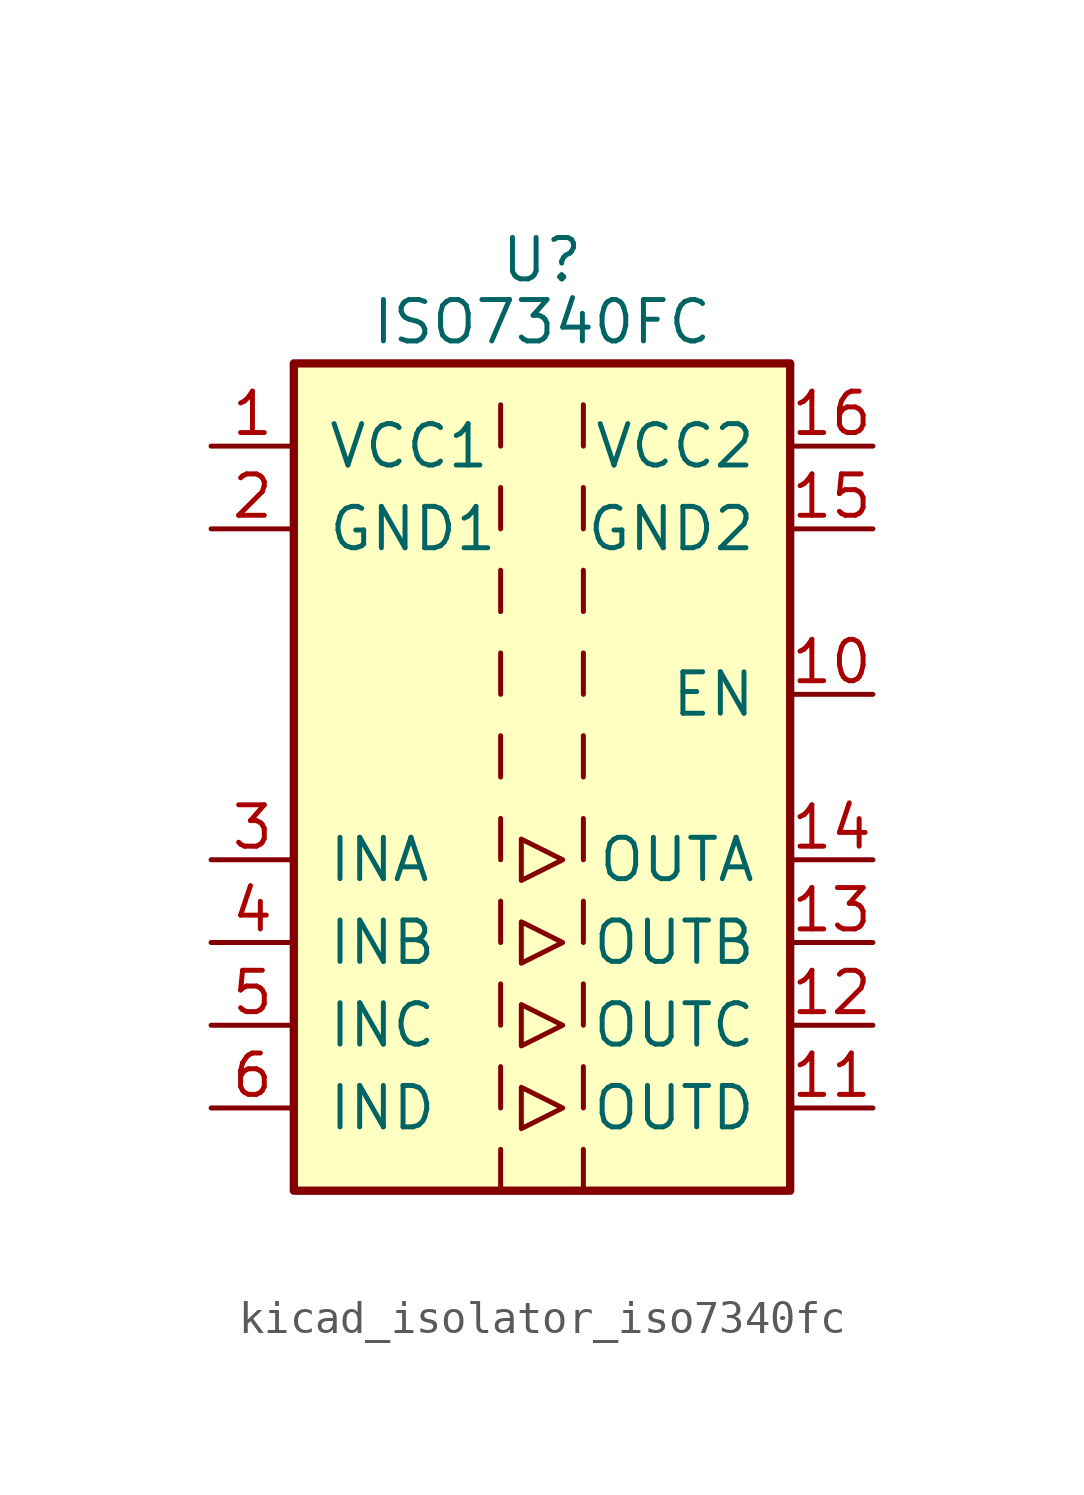
<source format=kicad_sym>
(kicad_symbol_lib
  (version 20220914)
  (generator kicad_symbol_editor)
  (symbol "kicad_isolator_iso7340fc"
    (pin_names
      (offset 1.016))
    (property "Reference" "U"
      (at 0 15.875 0)
      (effects (font (size 1.27 1.27))))
    (property "Value" "ISO7340FC"
      (at 0 13.97 0)
      (effects (font (size 1.27 1.27))))
    (symbol "kicad_isolator_iso7340fc_0_1"
      (rectangle (start -7.62 12.7) (end 7.62 -12.7) (stroke (width 0.254) (type default)) (fill (type background)))
      (polyline (pts (xy -1.27 -11.43) (xy -1.27 -12.7)) (stroke (width 0) (type default)) (fill (type none)))
      (polyline (pts (xy -1.27 -8.89) (xy -1.27 -10.16)) (stroke (width 0) (type default)) (fill (type none)))
      (polyline (pts (xy -1.27 -6.35) (xy -1.27 -7.62)) (stroke (width 0) (type default)) (fill (type none)))
      (polyline (pts (xy -1.27 -3.81) (xy -1.27 -5.08)) (stroke (width 0) (type default)) (fill (type none)))
      (polyline (pts (xy -1.27 -1.27) (xy -1.27 -2.54)) (stroke (width 0) (type default)) (fill (type none)))
      (polyline (pts (xy -1.27 1.27) (xy -1.27 0)) (stroke (width 0) (type default)) (fill (type none)))
      (polyline (pts (xy -1.27 3.81) (xy -1.27 2.54)) (stroke (width 0) (type default)) (fill (type none)))
      (polyline (pts (xy -1.27 6.35) (xy -1.27 5.08)) (stroke (width 0) (type default)) (fill (type none)))
      (polyline (pts (xy -1.27 8.89) (xy -1.27 7.62)) (stroke (width 0) (type default)) (fill (type none)))
      (polyline (pts (xy -1.27 11.43) (xy -1.27 10.16)) (stroke (width 0) (type default)) (fill (type none)))
      (polyline (pts (xy 1.27 -11.43) (xy 1.27 -12.7)) (stroke (width 0) (type default)) (fill (type none)))
      (polyline (pts (xy 1.27 -8.89) (xy 1.27 -10.16)) (stroke (width 0) (type default)) (fill (type none)))
      (polyline (pts (xy 1.27 -6.35) (xy 1.27 -7.62)) (stroke (width 0) (type default)) (fill (type none)))
      (polyline (pts (xy 1.27 -3.81) (xy 1.27 -5.08)) (stroke (width 0) (type default)) (fill (type none)))
      (polyline (pts (xy 1.27 -1.27) (xy 1.27 -2.54)) (stroke (width 0) (type default)) (fill (type none)))
      (polyline (pts (xy 1.27 1.27) (xy 1.27 0)) (stroke (width 0) (type default)) (fill (type none)))
      (polyline (pts (xy 1.27 3.81) (xy 1.27 2.54)) (stroke (width 0) (type default)) (fill (type none)))
      (polyline (pts (xy 1.27 6.35) (xy 1.27 5.08)) (stroke (width 0) (type default)) (fill (type none)))
      (polyline (pts (xy 1.27 8.89) (xy 1.27 7.62)) (stroke (width 0) (type default)) (fill (type none)))
      (polyline (pts (xy 1.27 11.43) (xy 1.27 10.16)) (stroke (width 0) (type default)) (fill (type none)))
      (polyline (pts (xy -0.635 -9.525) (xy -0.635 -10.795) (xy 0.635 -10.16) (xy -0.635 -9.525)) (stroke (width 0) (type default)) (fill (type none)))
      (polyline (pts (xy -0.635 -6.985) (xy -0.635 -8.255) (xy 0.635 -7.62) (xy -0.635 -6.985)) (stroke (width 0) (type default)) (fill (type none)))
      (polyline (pts (xy -0.635 -4.445) (xy -0.635 -5.715) (xy 0.635 -5.08) (xy -0.635 -4.445)) (stroke (width 0) (type default)) (fill (type none)))
      (polyline (pts (xy -0.635 -1.905) (xy -0.635 -3.175) (xy 0.635 -2.54) (xy -0.635 -1.905)) (stroke (width 0) (type default)) (fill (type none))))
    (symbol "kicad_isolator_iso7340fc_1_1"
      (pin power_in line (at -10.16 10.16 0) (length 2.54) (name "VCC1" (effects (font (size 1.27 1.27)))) (number "1" (effects (font (size 1.27 1.27)))))
      (pin input line (at 10.16 2.54 180) (length 2.54) (name "EN" (effects (font (size 1.27 1.27)))) (number "10" (effects (font (size 1.27 1.27)))))
      (pin output line (at 10.16 -10.16 180) (length 2.54) (name "OUTD" (effects (font (size 1.27 1.27)))) (number "11" (effects (font (size 1.27 1.27)))))
      (pin output line (at 10.16 -7.62 180) (length 2.54) (name "OUTC" (effects (font (size 1.27 1.27)))) (number "12" (effects (font (size 1.27 1.27)))))
      (pin output line (at 10.16 -5.08 180) (length 2.54) (name "OUTB" (effects (font (size 1.27 1.27)))) (number "13" (effects (font (size 1.27 1.27)))))
      (pin output line (at 10.16 -2.54 180) (length 2.54) (name "OUTA" (effects (font (size 1.27 1.27)))) (number "14" (effects (font (size 1.27 1.27)))))
      (pin power_in line (at 10.16 7.62 180) (length 2.54) (name "GND2" (effects (font (size 1.27 1.27)))) (number "15" (effects (font (size 1.27 1.27)))))
      (pin power_in line (at 10.16 10.16 180) (length 2.54) (name "VCC2" (effects (font (size 1.27 1.27)))) (number "16" (effects (font (size 1.27 1.27)))))
      (pin power_in line (at -10.16 7.62 0) (length 2.54) (name "GND1" (effects (font (size 1.27 1.27)))) (number "2" (effects (font (size 1.27 1.27)))))
      (pin input line (at -10.16 -2.54 0) (length 2.54) (name "INA" (effects (font (size 1.27 1.27)))) (number "3" (effects (font (size 1.27 1.27)))))
      (pin input line (at -10.16 -5.08 0) (length 2.54) (name "INB" (effects (font (size 1.27 1.27)))) (number "4" (effects (font (size 1.27 1.27)))))
      (pin input line (at -10.16 -7.62 0) (length 2.54) (name "INC" (effects (font (size 1.27 1.27)))) (number "5" (effects (font (size 1.27 1.27)))))
      (pin input line (at -10.16 -10.16 0) (length 2.54) (name "IND" (effects (font (size 1.27 1.27)))) (number "6" (effects (font (size 1.27 1.27)))))
      (pin passive line (at -10.16 7.62 0) (length 2.54) hide (name "GND1" (effects (font (size 1.27 1.27)))) (number "8" (effects (font (size 1.27 1.27)))))
      (pin passive line (at 10.16 7.62 180) (length 2.54) hide (name "GND2" (effects (font (size 1.27 1.27)))) (number "9" (effects (font (size 1.27 1.27))))))))
</source>
